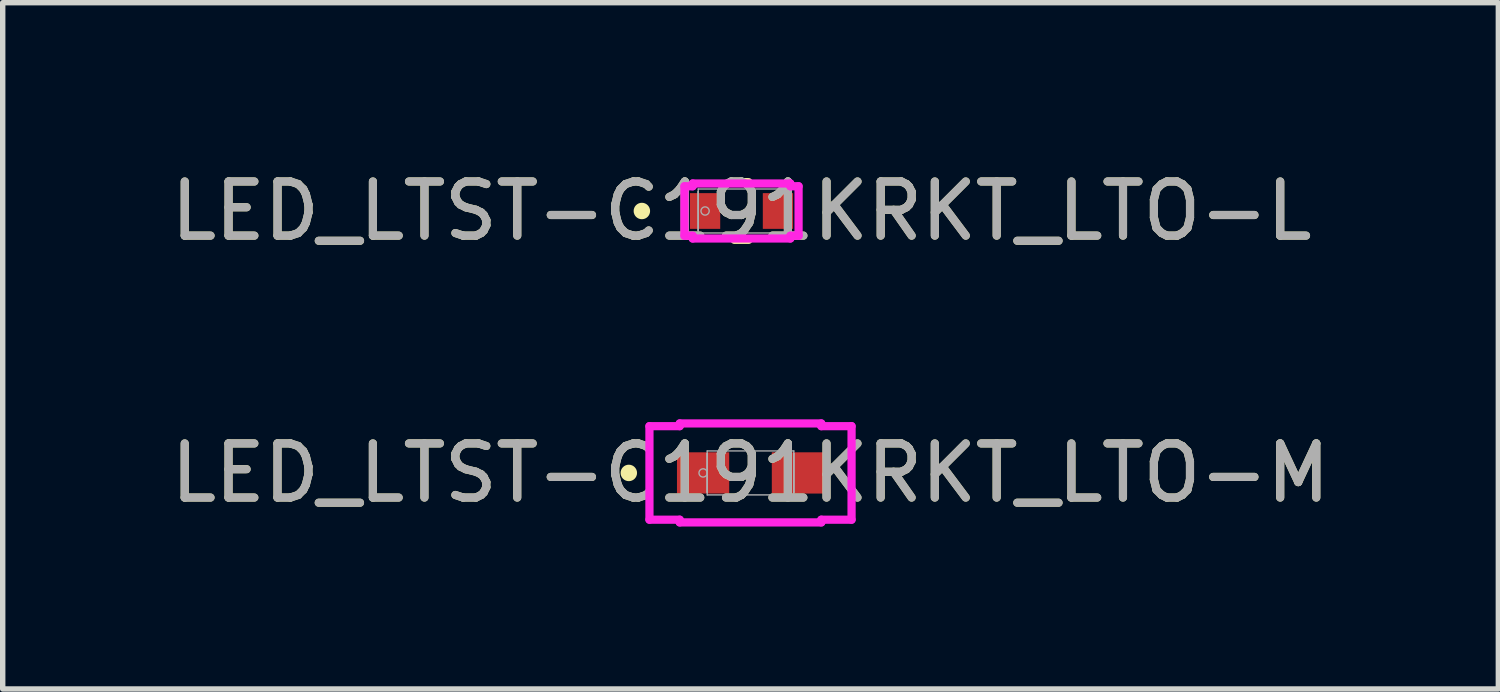
<source format=kicad_pcb>
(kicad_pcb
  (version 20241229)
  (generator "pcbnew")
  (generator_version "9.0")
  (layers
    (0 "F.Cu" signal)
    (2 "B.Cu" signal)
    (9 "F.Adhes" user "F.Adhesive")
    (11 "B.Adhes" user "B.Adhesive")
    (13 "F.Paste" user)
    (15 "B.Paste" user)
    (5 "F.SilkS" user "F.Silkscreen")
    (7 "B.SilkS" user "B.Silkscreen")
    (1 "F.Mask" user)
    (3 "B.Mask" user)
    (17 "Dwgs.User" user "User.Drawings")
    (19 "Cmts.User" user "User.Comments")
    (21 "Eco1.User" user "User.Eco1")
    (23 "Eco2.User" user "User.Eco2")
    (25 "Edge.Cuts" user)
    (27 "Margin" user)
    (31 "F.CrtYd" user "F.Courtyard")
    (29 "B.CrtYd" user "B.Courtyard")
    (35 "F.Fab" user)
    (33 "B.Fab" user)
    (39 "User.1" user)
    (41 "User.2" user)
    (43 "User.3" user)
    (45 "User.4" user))
  (footprint "LED_LTST-C191KRKT_LTO-M"
    (layer "F.Cu")
    (at 10.815 5.687)
    (property "Reference" "LED_LTST-C191KRKT_LTO-M" (at 0 0 0) (unlocked yes) (layer "F.SilkS") (effects (font (size 1 1) (thickness 0.15))))
    (attr smd)
    (fp_circle (center -2.248 0) (end -2.172 0) (stroke (width 0.152) (type solid)) (fill no) (layer "F.SilkS"))
    (fp_line (start -1.867 -0.864) (end -1.308 -0.864) (stroke (width 0.152) (type solid)) (layer "F.CrtYd"))
    (fp_line (start -1.867 0.864) (end -1.867 -0.864) (stroke (width 0.152) (type solid)) (layer "F.CrtYd"))
    (fp_line (start -1.308 -0.914) (end 1.308 -0.914) (stroke (width 0.152) (type solid)) (layer "F.CrtYd"))
    (fp_line (start -1.308 -0.864) (end -1.308 -0.914) (stroke (width 0.152) (type solid)) (layer "F.CrtYd"))
    (fp_line (start -1.308 0.864) (end -1.867 0.864) (stroke (width 0.152) (type solid)) (layer "F.CrtYd"))
    (fp_line (start -1.308 0.914) (end -1.308 0.864) (stroke (width 0.152) (type solid)) (layer "F.CrtYd"))
    (fp_line (start 1.308 -0.914) (end 1.308 -0.864) (stroke (width 0.152) (type solid)) (layer "F.CrtYd"))
    (fp_line (start 1.308 -0.864) (end 1.867 -0.864) (stroke (width 0.152) (type solid)) (layer "F.CrtYd"))
    (fp_line (start 1.308 0.864) (end 1.308 0.914) (stroke (width 0.152) (type solid)) (layer "F.CrtYd"))
    (fp_line (start 1.308 0.914) (end -1.308 0.914) (stroke (width 0.152) (type solid)) (layer "F.CrtYd"))
    (fp_line (start 1.867 -0.864) (end 1.867 0.864) (stroke (width 0.152) (type solid)) (layer "F.CrtYd"))
    (fp_line (start 1.867 0.864) (end 1.308 0.864) (stroke (width 0.152) (type solid)) (layer "F.CrtYd"))
    (fp_line (start -0.8 -0.406) (end -0.8 0.406) (stroke (width 0.025) (type solid)) (layer "F.Fab"))
    (fp_line (start -0.8 -0.356) (end -0.8 -0.356) (stroke (width 0.025) (type solid)) (layer "F.Fab"))
    (fp_line (start -0.8 -0.356) (end -0.8 0.356) (stroke (width 0.025) (type solid)) (layer "F.Fab"))
    (fp_line (start -0.8 0.356) (end -0.8 -0.356) (stroke (width 0.025) (type solid)) (layer "F.Fab"))
    (fp_line (start -0.8 0.356) (end -0.8 0.356) (stroke (width 0.025) (type solid)) (layer "F.Fab"))
    (fp_line (start -0.8 0.406) (end 0.8 0.406) (stroke (width 0.025) (type solid)) (layer "F.Fab"))
    (fp_line (start 0.8 -0.406) (end -0.8 -0.406) (stroke (width 0.025) (type solid)) (layer "F.Fab"))
    (fp_line (start 0.8 -0.356) (end 0.8 -0.356) (stroke (width 0.025) (type solid)) (layer "F.Fab"))
    (fp_line (start 0.8 -0.356) (end 0.8 0.356) (stroke (width 0.025) (type solid)) (layer "F.Fab"))
    (fp_line (start 0.8 0.356) (end 0.8 -0.356) (stroke (width 0.025) (type solid)) (layer "F.Fab"))
    (fp_line (start 0.8 0.356) (end 0.8 0.356) (stroke (width 0.025) (type solid)) (layer "F.Fab"))
    (fp_line (start 0.8 0.406) (end 0.8 -0.406) (stroke (width 0.025) (type solid)) (layer "F.Fab"))
    (fp_circle (center -0.876 0) (end -0.8 0) (stroke (width 0.025) (type solid)) (fill no) (layer "F.Fab"))
    (fp_text user "${REFERENCE}" (at 0 0 0) (unlocked yes) (layer "F.Fab") (effects (font (size 1 1) (thickness 0.15))))
    (pad "1" smd rect (at -0.876 0) (size 0.965 0.762) (layers "F.Cu" "F.Mask" "F.Paste"))
    (pad "2" smd rect (at 0.876 0) (size 0.965 0.762) (layers "F.Cu" "F.Mask" "F.Paste"))
    (zone (net_name "") (layer "F.Cu") (hatch full 0.508) (connect_pads) (min_thickness 0.254) (filled_areas_thickness no) (keepout (tracks not_allowed) (vias not_allowed) (pads allowed) (copperpour not_allowed) (footprints allowed)) (placement (enabled no)) (fill) (polygon (pts (xy 10.473 5.332) (xy 11.158 5.332) (xy 11.158 6.043) (xy 10.473 6.043)))))
  (footprint "LED_LTST-C191KRKT_LTO-L"
    (layer "F.Cu")
    (at 10.649 0.848)
    (property "Reference" "LED_LTST-C191KRKT_LTO-L" (at 0 0 0) (unlocked yes) (layer "F.SilkS") (effects (font (size 1 1) (thickness 0.15))))
    (attr smd)
    (fp_line (start -0.13 0.533) (end 0.13 0.533) (stroke (width 0.152) (type solid)) (layer "F.SilkS"))
    (fp_line (start 0.13 -0.533) (end -0.13 -0.533) (stroke (width 0.152) (type solid)) (layer "F.SilkS"))
    (fp_circle (center -1.841 0) (end -1.765 0) (stroke (width 0.152) (type solid)) (fill no) (layer "F.SilkS"))
    (fp_line (start -1.054 -0.457) (end -0.902 -0.457) (stroke (width 0.152) (type solid)) (layer "F.CrtYd"))
    (fp_line (start -1.054 0.457) (end -1.054 -0.457) (stroke (width 0.152) (type solid)) (layer "F.CrtYd"))
    (fp_line (start -0.902 -0.508) (end 0.902 -0.508) (stroke (width 0.152) (type solid)) (layer "F.CrtYd"))
    (fp_line (start -0.902 -0.457) (end -0.902 -0.508) (stroke (width 0.152) (type solid)) (layer "F.CrtYd"))
    (fp_line (start -0.902 0.457) (end -1.054 0.457) (stroke (width 0.152) (type solid)) (layer "F.CrtYd"))
    (fp_line (start -0.902 0.508) (end -0.902 0.457) (stroke (width 0.152) (type solid)) (layer "F.CrtYd"))
    (fp_line (start 0.902 -0.508) (end 0.902 -0.457) (stroke (width 0.152) (type solid)) (layer "F.CrtYd"))
    (fp_line (start 0.902 -0.457) (end 1.054 -0.457) (stroke (width 0.152) (type solid)) (layer "F.CrtYd"))
    (fp_line (start 0.902 0.457) (end 0.902 0.508) (stroke (width 0.152) (type solid)) (layer "F.CrtYd"))
    (fp_line (start 0.902 0.508) (end -0.902 0.508) (stroke (width 0.152) (type solid)) (layer "F.CrtYd"))
    (fp_line (start 1.054 -0.457) (end 1.054 0.457) (stroke (width 0.152) (type solid)) (layer "F.CrtYd"))
    (fp_line (start 1.054 0.457) (end 0.902 0.457) (stroke (width 0.152) (type solid)) (layer "F.CrtYd"))
    (fp_line (start -0.8 -0.406) (end -0.8 0.406) (stroke (width 0.025) (type solid)) (layer "F.Fab"))
    (fp_line (start -0.8 -0.356) (end -0.8 -0.356) (stroke (width 0.025) (type solid)) (layer "F.Fab"))
    (fp_line (start -0.8 -0.356) (end -0.8 0.356) (stroke (width 0.025) (type solid)) (layer "F.Fab"))
    (fp_line (start -0.8 0.356) (end -0.8 -0.356) (stroke (width 0.025) (type solid)) (layer "F.Fab"))
    (fp_line (start -0.8 0.356) (end -0.8 0.356) (stroke (width 0.025) (type solid)) (layer "F.Fab"))
    (fp_line (start -0.8 0.406) (end 0.8 0.406) (stroke (width 0.025) (type solid)) (layer "F.Fab"))
    (fp_line (start 0.8 -0.406) (end -0.8 -0.406) (stroke (width 0.025) (type solid)) (layer "F.Fab"))
    (fp_line (start 0.8 -0.356) (end 0.8 -0.356) (stroke (width 0.025) (type solid)) (layer "F.Fab"))
    (fp_line (start 0.8 -0.356) (end 0.8 0.356) (stroke (width 0.025) (type solid)) (layer "F.Fab"))
    (fp_line (start 0.8 0.356) (end 0.8 -0.356) (stroke (width 0.025) (type solid)) (layer "F.Fab"))
    (fp_line (start 0.8 0.356) (end 0.8 0.356) (stroke (width 0.025) (type solid)) (layer "F.Fab"))
    (fp_line (start 0.8 0.406) (end 0.8 -0.406) (stroke (width 0.025) (type solid)) (layer "F.Fab"))
    (fp_circle (center -0.673 0) (end -0.597 0) (stroke (width 0.025) (type solid)) (fill no) (layer "F.Fab"))
    (fp_text user "${REFERENCE}" (at 0 0 0) (unlocked yes) (layer "F.Fab") (effects (font (size 1 1) (thickness 0.15))))
    (pad "1" smd rect (at -0.673 0) (size 0.559 0.66) (layers "F.Cu" "F.Mask" "F.Paste"))
    (pad "2" smd rect (at 0.673 0) (size 0.559 0.66) (layers "F.Cu" "F.Mask" "F.Paste"))
    (zone (net_name "") (layer "F.Cu") (hatch full 0.508) (connect_pads) (min_thickness 0.254) (filled_areas_thickness no) (keepout (tracks not_allowed) (vias not_allowed) (pads allowed) (copperpour not_allowed) (footprints allowed)) (placement (enabled no)) (fill) (polygon (pts (xy 10.306 0.493) (xy 10.992 0.493) (xy 10.992 1.204) (xy 10.306 1.204)))))
  (gr_rect
    (start -3 -3)
    (end 24.631 9.678)
    (stroke (width 0.1) (type default))
    (fill no)
    (layer "Edge.Cuts")))
</source>
